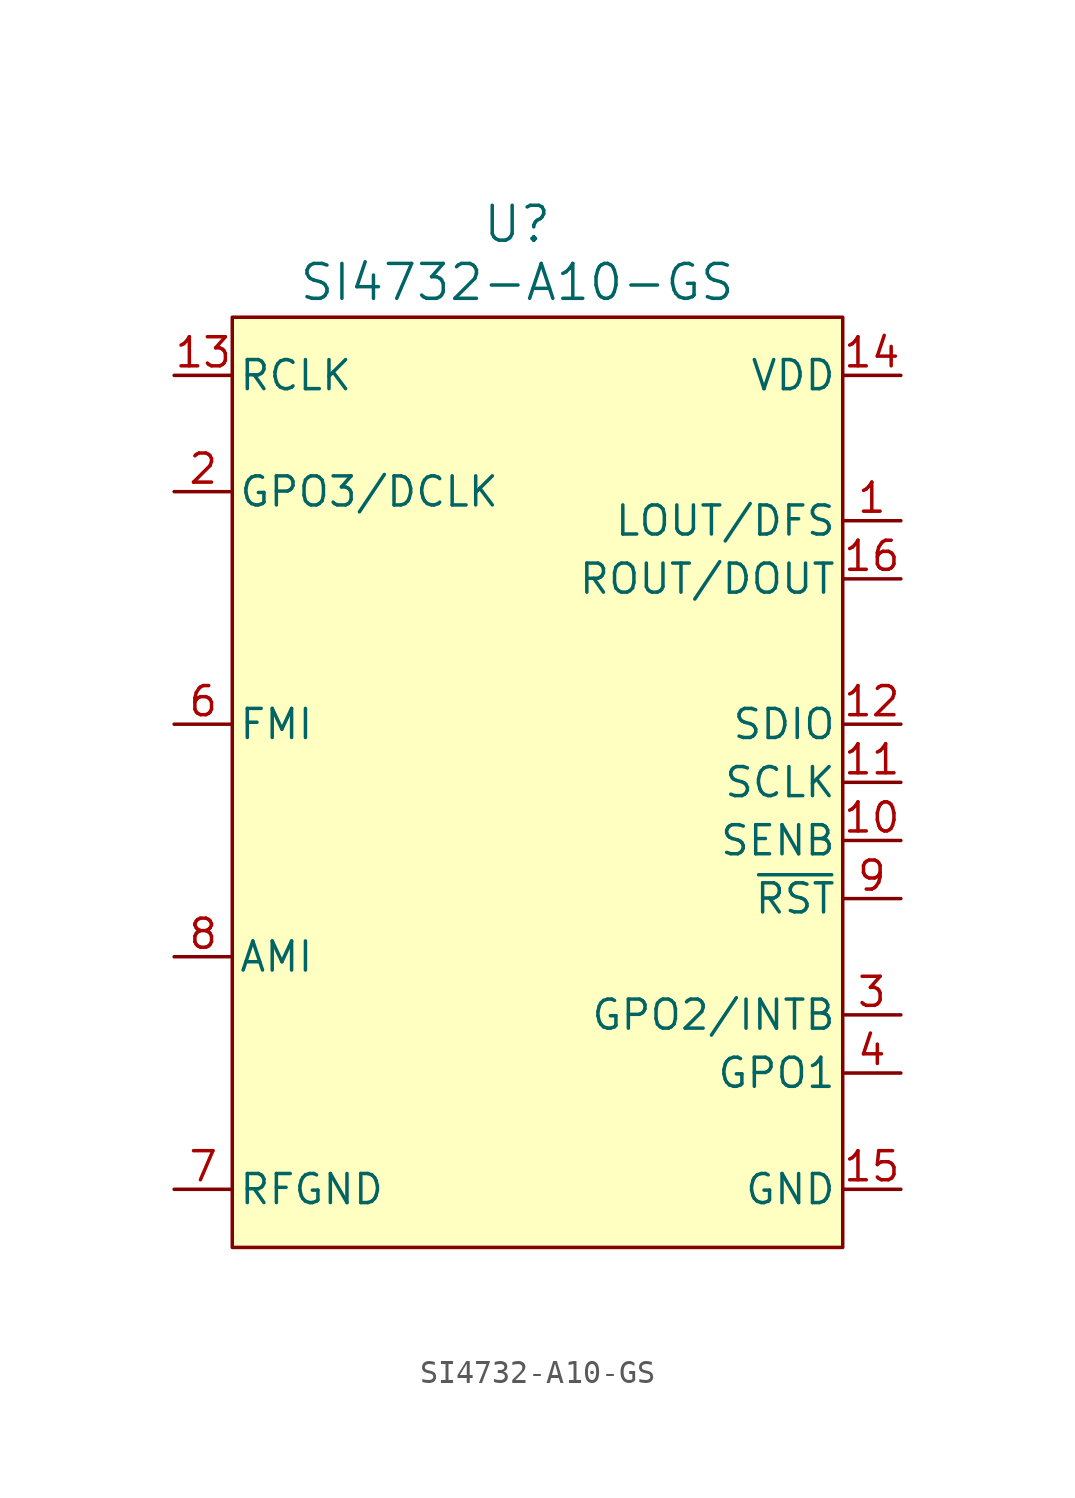
<source format=kicad_sym>
(kicad_symbol_lib
  (version 20231120)
  (generator "kicad_symbol_editor")
  (generator_version "8.0")
  (symbol "SI4732-A10-GS"
    (pin_names
      (offset 0.254))
    (property "Reference" "U"
      (at -0.254 25.654 0)
      (effects (font (size 1.524 1.524))))
    (property "Value" "SI4732-A10-GS"
      (at -0.254 23.114 0)
      (effects (font (size 1.524 1.524))))
    (property "ki_locked" ""
      (at 0 0 0)
      (effects (font (size 1.27 1.27))))
    (symbol "SI4732-A10-GS_0_1"
      (pin unspecified line (at 16.51 12.7 180) (length 2.54) (name "LOUT/DFS" (effects (font (size 1.27 1.27)))) (number "1" (effects (font (size 1.27 1.27)))))
      (pin unspecified line (at 16.51 -1.27 180) (length 2.54) (name "SENB" (effects (font (size 1.27 1.27)))) (number "10" (effects (font (size 1.27 1.27)))))
      (pin unspecified line (at 16.51 1.27 180) (length 2.54) (name "SCLK" (effects (font (size 1.27 1.27)))) (number "11" (effects (font (size 1.27 1.27)))))
      (pin unspecified line (at 16.51 3.81 180) (length 2.54) (name "SDIO" (effects (font (size 1.27 1.27)))) (number "12" (effects (font (size 1.27 1.27)))))
      (pin unspecified line (at -15.24 19.05 0) (length 2.54) (name "RCLK" (effects (font (size 1.27 1.27)))) (number "13" (effects (font (size 1.27 1.27)))))
      (pin power_in line (at 16.51 19.05 180) (length 2.54) (name "VDD" (effects (font (size 1.27 1.27)))) (number "14" (effects (font (size 1.27 1.27)))))
      (pin power_out line (at 16.51 -16.51 180) (length 2.54) (name "GND" (effects (font (size 1.27 1.27)))) (number "15" (effects (font (size 1.27 1.27)))))
      (pin unspecified line (at 16.51 10.16 180) (length 2.54) (name "ROUT/DOUT" (effects (font (size 1.27 1.27)))) (number "16" (effects (font (size 1.27 1.27)))))
      (pin unspecified line (at -15.24 13.97 0) (length 2.54) (name "GPO3/DCLK" (effects (font (size 1.27 1.27)))) (number "2" (effects (font (size 1.27 1.27)))))
      (pin unspecified line (at 16.51 -8.89 180) (length 2.54) (name "GPO2/INTB" (effects (font (size 1.27 1.27)))) (number "3" (effects (font (size 1.27 1.27)))))
      (pin unspecified line (at 16.51 -11.43 180) (length 2.54) (name "GPO1" (effects (font (size 1.27 1.27)))) (number "4" (effects (font (size 1.27 1.27)))))
      (pin no_connect line (at 16.51 -13.97 180) (length 2.54) hide (name "NC" (effects (font (size 1.27 1.27)))) (number "5" (effects (font (size 1.27 1.27)))))
      (pin unspecified line (at -15.24 3.81 0) (length 2.54) (name "FMI" (effects (font (size 1.27 1.27)))) (number "6" (effects (font (size 1.27 1.27)))))
      (pin power_out line (at -15.24 -16.51 0) (length 2.54) (name "RFGND" (effects (font (size 1.27 1.27)))) (number "7" (effects (font (size 1.27 1.27)))))
      (pin unspecified line (at -15.24 -6.35 0) (length 2.54) (name "AMI" (effects (font (size 1.27 1.27)))) (number "8" (effects (font (size 1.27 1.27))))))
    (symbol "SI4732-A10-GS_1_1"
      (rectangle (start -12.7 21.59) (end 13.97 -19.05) (stroke (width 0) (type default)) (fill (type background)))
      (pin unspecified line (at 16.51 -3.81 180) (length 2.54) (name "~{RST}" (effects (font (size 1.27 1.27)))) (number "9" (effects (font (size 1.27 1.27))))))))
</source>
